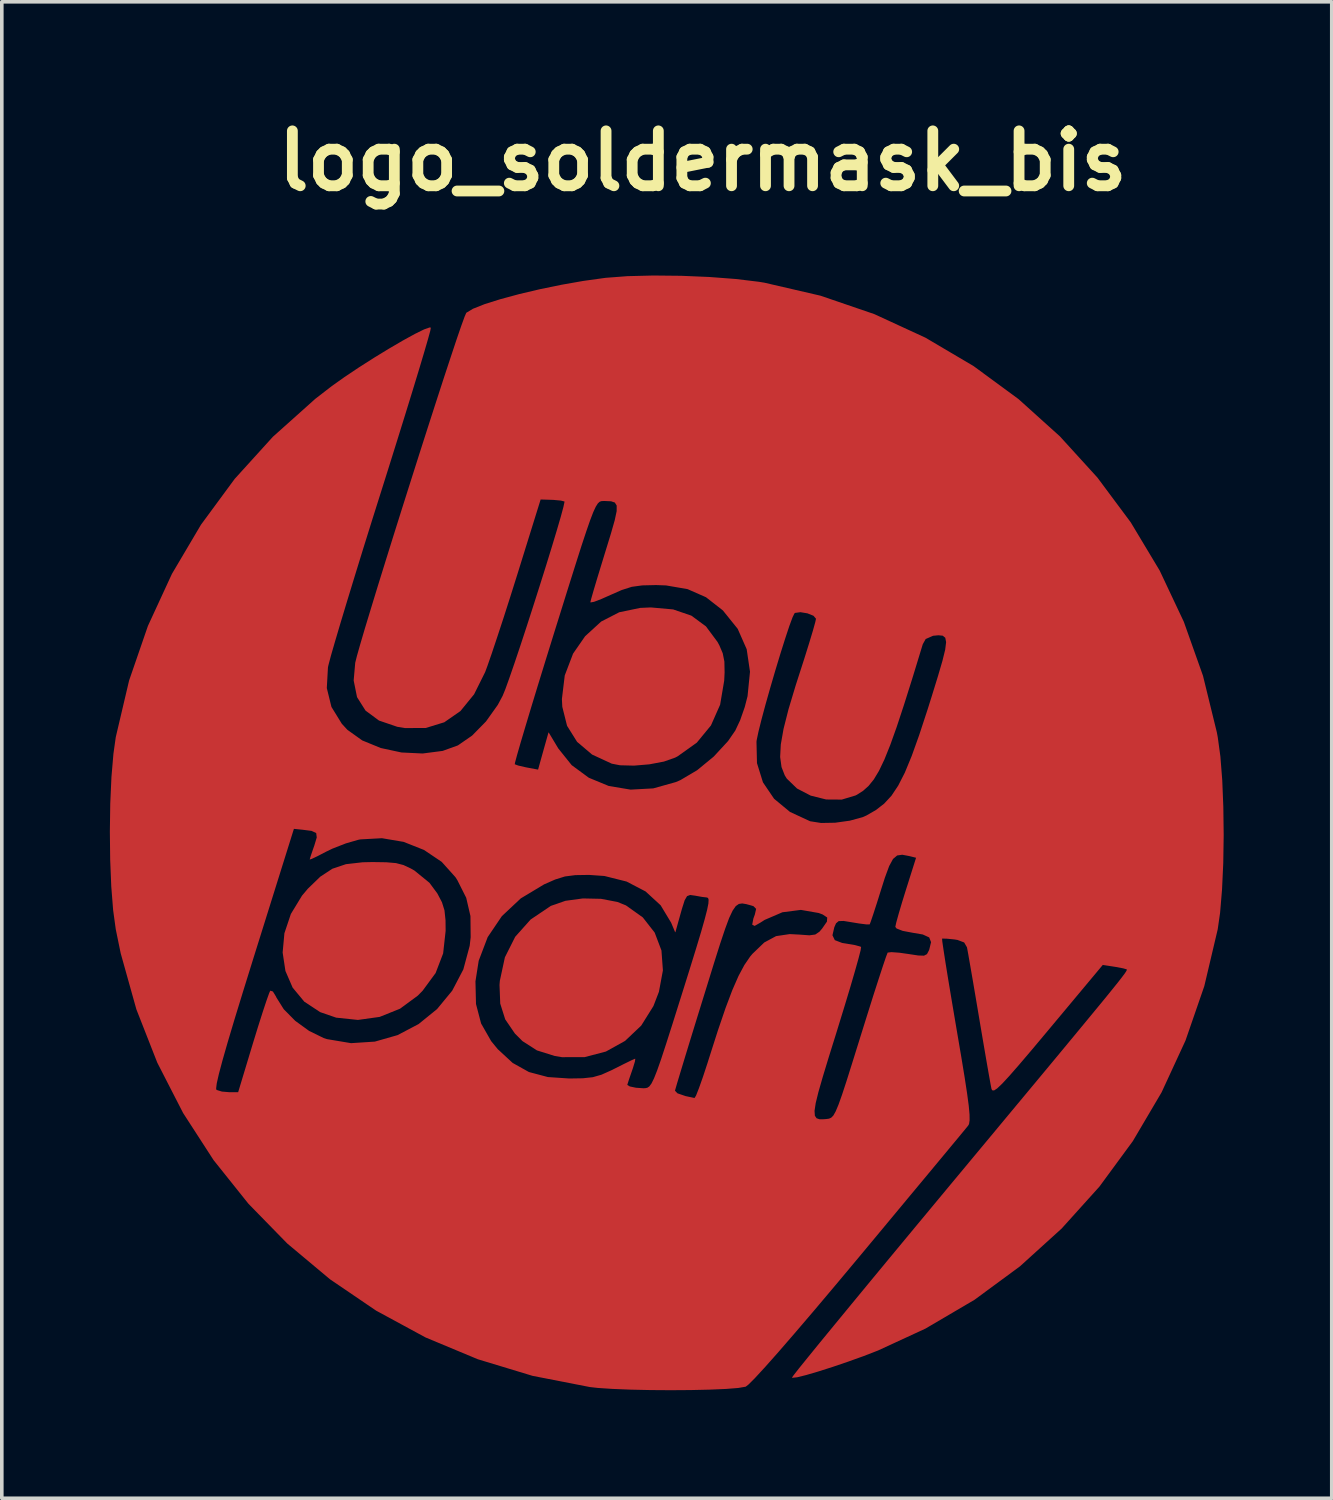
<source format=kicad_pcb>
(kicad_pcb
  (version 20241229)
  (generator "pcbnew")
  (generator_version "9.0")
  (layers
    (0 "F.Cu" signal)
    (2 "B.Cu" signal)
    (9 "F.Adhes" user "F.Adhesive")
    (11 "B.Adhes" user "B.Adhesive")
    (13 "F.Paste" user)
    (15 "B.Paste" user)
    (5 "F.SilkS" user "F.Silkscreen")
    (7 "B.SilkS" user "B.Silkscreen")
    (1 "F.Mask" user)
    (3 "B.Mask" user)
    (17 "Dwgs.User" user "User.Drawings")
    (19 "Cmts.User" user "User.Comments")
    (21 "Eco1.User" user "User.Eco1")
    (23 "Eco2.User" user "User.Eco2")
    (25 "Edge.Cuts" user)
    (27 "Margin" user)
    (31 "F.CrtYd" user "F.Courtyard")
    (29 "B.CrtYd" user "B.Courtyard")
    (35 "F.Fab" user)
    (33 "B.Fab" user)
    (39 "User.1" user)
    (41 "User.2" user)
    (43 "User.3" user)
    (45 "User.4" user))
  (footprint "logo_soldermask_bis"
    (layer "F.Cu")
    (at 12.261 32.318)
    (property "Reference" "logo_soldermask_bis" (at 4.2 -30.9 0) (layer "F.SilkS") (effects (font (size 1.524 1.524) (thickness 0.3))))
    (attr through_hole)
    (fp_poly (pts (xy 1.375 -10.409) (xy 1.83 -10.322) (xy 2.065 -10.227) (xy 2.532 -9.894) (xy 2.861 -9.473) (xy 3.048 -8.979) (xy 3.088 -8.427) (xy 2.978 -7.835) (xy 2.825 -7.438) (xy 2.487 -6.898) (xy 2.04 -6.474) (xy 1.509 -6.179) (xy 0.918 -6.024) (xy 0.291 -6.023) (xy 0.095 -6.055) (xy -0.403 -6.211) (xy -0.803 -6.468) (xy -1.012 -6.677) (xy -1.28 -7.069) (xy -1.418 -7.505) (xy -1.438 -8.024) (xy -1.429 -8.137) (xy -1.289 -8.789) (xy -1.003 -9.358) (xy -0.576 -9.836) (xy -0.017 -10.213) (xy 0.388 -10.354) (xy 0.873 -10.42) (xy 1.375 -10.409)) (stroke (width 0.01) (type solid)) (fill yes) (layer "F.Mask"))
    (fp_poly (pts (xy 3.376 -18.444) (xy 3.88 -18.272) (xy 4.284 -17.975) (xy 4.605 -17.543) (xy 4.657 -17.447) (xy 4.749 -17.23) (xy 4.795 -17.001) (xy 4.801 -16.7) (xy 4.79 -16.473) (xy 4.677 -15.805) (xy 4.423 -15.231) (xy 4.031 -14.754) (xy 3.503 -14.377) (xy 3.431 -14.339) (xy 3.119 -14.229) (xy 2.717 -14.153) (xy 2.289 -14.117) (xy 1.903 -14.127) (xy 1.675 -14.171) (xy 1.129 -14.424) (xy 0.714 -14.776) (xy 0.437 -15.219) (xy 0.305 -15.745) (xy 0.294 -15.96) (xy 0.373 -16.615) (xy 0.604 -17.22) (xy 0.937 -17.701) (xy 1.382 -18.108) (xy 1.882 -18.365) (xy 2.463 -18.486) (xy 2.758 -18.499) (xy 3.376 -18.444)) (stroke (width 0.01) (type solid)) (fill yes) (layer "F.Mask"))
    (fp_poly (pts (xy -4.587 -11.424) (xy -4.318 -11.401) (xy -4.11 -11.347) (xy -3.91 -11.253) (xy -3.808 -11.195) (xy -3.391 -10.855) (xy -3.173 -10.56) (xy -3.046 -10.318) (xy -2.976 -10.094) (xy -2.947 -9.82) (xy -2.944 -9.525) (xy -3.013 -8.9) (xy -3.221 -8.357) (xy -3.58 -7.868) (xy -3.714 -7.731) (xy -4.207 -7.368) (xy -4.772 -7.141) (xy -5.374 -7.057) (xy -5.977 -7.12) (xy -6.42 -7.273) (xy -6.86 -7.563) (xy -7.182 -7.951) (xy -7.382 -8.413) (xy -7.459 -8.923) (xy -7.41 -9.458) (xy -7.231 -9.992) (xy -6.922 -10.5) (xy -6.762 -10.69) (xy -6.416 -11.025) (xy -6.081 -11.245) (xy -5.706 -11.371) (xy -5.242 -11.424) (xy -4.97 -11.43) (xy -4.587 -11.424)) (stroke (width 0.01) (type solid)) (fill yes) (layer "F.Mask"))
    (fp_poly (pts (xy 3.602 -27.706) (xy 4.385 -27.673) (xy 5.12 -27.617) (xy 5.756 -27.54) (xy 5.909 -27.515) (xy 7.467 -27.154) (xy 8.96 -26.643) (xy 10.379 -25.989) (xy 11.716 -25.2) (xy 12.962 -24.285) (xy 14.11 -23.251) (xy 15.151 -22.108) (xy 16.077 -20.864) (xy 16.88 -19.526) (xy 17.551 -18.103) (xy 18.083 -16.604) (xy 18.467 -15.036) (xy 18.492 -14.902) (xy 18.565 -14.367) (xy 18.617 -13.708) (xy 18.647 -12.966) (xy 18.657 -12.184) (xy 18.645 -11.405) (xy 18.611 -10.672) (xy 18.557 -10.026) (xy 18.491 -9.568) (xy 18.119 -7.992) (xy 17.597 -6.481) (xy 16.933 -5.043) (xy 16.134 -3.688) (xy 15.207 -2.426) (xy 14.161 -1.265) (xy 13.003 -0.215) (xy 11.741 0.714) (xy 10.381 1.513) (xy 9.064 2.121) (xy 8.669 2.274) (xy 8.241 2.428) (xy 7.812 2.574) (xy 7.411 2.702) (xy 7.071 2.802) (xy 6.82 2.864) (xy 6.692 2.878) (xy 6.683 2.875) (xy 6.732 2.807) (xy 6.88 2.618) (xy 7.122 2.319) (xy 7.448 1.918) (xy 7.852 1.426) (xy 8.325 0.851) (xy 8.859 0.203) (xy 9.447 -0.508) (xy 10.08 -1.272) (xy 10.752 -2.081) (xy 11.213 -2.636) (xy 12.044 -3.635) (xy 12.773 -4.512) (xy 13.408 -5.275) (xy 13.953 -5.931) (xy 14.416 -6.49) (xy 14.804 -6.959) (xy 15.123 -7.346) (xy 15.38 -7.658) (xy 15.58 -7.905) (xy 15.732 -8.094) (xy 15.84 -8.233) (xy 15.913 -8.33) (xy 15.956 -8.394) (xy 15.975 -8.431) (xy 15.979 -8.451) (xy 15.972 -8.46) (xy 15.877 -8.488) (xy 15.679 -8.526) (xy 15.622 -8.535) (xy 15.303 -8.584) (xy 13.784 -6.765) (xy 13.333 -6.227) (xy 12.978 -5.81) (xy 12.707 -5.5) (xy 12.509 -5.286) (xy 12.372 -5.156) (xy 12.286 -5.099) (xy 12.238 -5.103) (xy 12.22 -5.14) (xy 12.193 -5.279) (xy 12.143 -5.558) (xy 12.075 -5.948) (xy 11.994 -6.421) (xy 11.904 -6.95) (xy 11.877 -7.112) (xy 11.786 -7.651) (xy 11.703 -8.141) (xy 11.631 -8.556) (xy 11.577 -8.867) (xy 11.544 -9.047) (xy 11.539 -9.071) (xy 11.46 -9.207) (xy 11.271 -9.278) (xy 11.181 -9.292) (xy 10.97 -9.313) (xy 10.847 -9.315) (xy 10.838 -9.312) (xy 10.845 -9.227) (xy 10.879 -8.996) (xy 10.934 -8.639) (xy 11.009 -8.176) (xy 11.1 -7.63) (xy 11.203 -7.019) (xy 11.244 -6.777) (xy 11.369 -6.043) (xy 11.465 -5.459) (xy 11.534 -5.006) (xy 11.579 -4.668) (xy 11.601 -4.426) (xy 11.603 -4.265) (xy 11.588 -4.165) (xy 11.565 -4.122) (xy 11.491 -4.032) (xy 11.32 -3.824) (xy 11.06 -3.511) (xy 10.723 -3.105) (xy 10.32 -2.62) (xy 9.859 -2.066) (xy 9.353 -1.457) (xy 8.811 -0.805) (xy 8.522 -0.458) (xy 7.866 0.326) (xy 7.273 1.029) (xy 6.748 1.643) (xy 6.299 2.162) (xy 5.932 2.576) (xy 5.652 2.88) (xy 5.467 3.066) (xy 5.389 3.126) (xy 5.184 3.161) (xy 4.841 3.188) (xy 4.393 3.207) (xy 3.872 3.219) (xy 3.309 3.223) (xy 2.737 3.219) (xy 2.188 3.207) (xy 1.693 3.187) (xy 1.285 3.16) (xy 1.064 3.135) (xy -0.523 2.825) (xy -2.046 2.363) (xy -3.496 1.758) (xy -4.866 1.015) (xy -6.147 0.144) (xy -7.331 -0.847) (xy -8.41 -1.952) (xy -9.377 -3.162) (xy -10.223 -4.47) (xy -10.252 -4.527) (xy 7.298 -4.527) (xy 7.307 -4.391) (xy 7.356 -4.318) (xy 7.442 -4.289) (xy 7.563 -4.29) (xy 7.634 -4.296) (xy 7.706 -4.306) (xy 7.769 -4.334) (xy 7.83 -4.396) (xy 7.895 -4.512) (xy 7.973 -4.698) (xy 8.071 -4.973) (xy 8.196 -5.354) (xy 8.355 -5.859) (xy 8.557 -6.506) (xy 8.584 -6.594) (xy 8.769 -7.185) (xy 8.938 -7.723) (xy 9.087 -8.185) (xy 9.207 -8.552) (xy 9.292 -8.802) (xy 9.335 -8.914) (xy 9.337 -8.917) (xy 9.439 -8.929) (xy 9.657 -8.913) (xy 9.898 -8.879) (xy 10.182 -8.836) (xy 10.343 -8.831) (xy 10.428 -8.875) (xy 10.481 -8.976) (xy 10.493 -9.005) (xy 10.543 -9.212) (xy 10.49 -9.346) (xy 10.309 -9.429) (xy 10.022 -9.478) (xy 9.752 -9.529) (xy 9.585 -9.594) (xy 9.551 -9.637) (xy 9.576 -9.754) (xy 9.643 -9.996) (xy 9.74 -10.324) (xy 9.84 -10.647) (xy 10.128 -11.558) (xy 9.93 -11.607) (xy 9.739 -11.643) (xy 9.595 -11.623) (xy 9.478 -11.524) (xy 9.37 -11.325) (xy 9.251 -11.002) (xy 9.145 -10.668) (xy 9.029 -10.298) (xy 8.93 -9.993) (xy 8.86 -9.786) (xy 8.831 -9.71) (xy 8.741 -9.709) (xy 8.537 -9.735) (xy 8.367 -9.763) (xy 8.11 -9.805) (xy 7.97 -9.8) (xy 7.895 -9.736) (xy 7.847 -9.627) (xy 7.795 -9.402) (xy 7.862 -9.263) (xy 8.069 -9.184) (xy 8.195 -9.164) (xy 8.424 -9.125) (xy 8.57 -9.085) (xy 8.59 -9.074) (xy 8.577 -8.985) (xy 8.518 -8.756) (xy 8.42 -8.407) (xy 8.289 -7.958) (xy 8.13 -7.431) (xy 7.95 -6.846) (xy 7.911 -6.719) (xy 7.694 -6.024) (xy 7.527 -5.474) (xy 7.406 -5.052) (xy 7.33 -4.742) (xy 7.298 -4.527) (xy -10.252 -4.527) (xy -10.571 -5.148) (xy -9.316 -5.148) (xy -9.305 -5.105) (xy -9.151 -5.058) (xy -8.95 -5.041) (xy -8.696 -5.04) (xy -8.682 -5.085) (xy 3.423 -5.085) (xy 3.495 -5.01) (xy 3.723 -4.932) (xy 3.974 -4.879) (xy 4.018 -4.951) (xy 4.099 -5.157) (xy 4.209 -5.467) (xy 4.336 -5.853) (xy 4.379 -5.99) (xy 4.625 -6.759) (xy 4.838 -7.383) (xy 5.026 -7.881) (xy 5.197 -8.271) (xy 5.359 -8.574) (xy 5.519 -8.808) (xy 5.581 -8.882) (xy 5.91 -9.198) (xy 6.237 -9.374) (xy 6.615 -9.43) (xy 6.885 -9.416) (xy 7.159 -9.396) (xy 7.325 -9.418) (xy 7.442 -9.497) (xy 7.517 -9.585) (xy 7.652 -9.78) (xy 7.66 -9.898) (xy 7.532 -9.983) (xy 7.421 -10.025) (xy 6.924 -10.112) (xy 6.41 -10.046) (xy 5.915 -9.833) (xy 5.803 -9.761) (xy 5.64 -9.668) (xy 5.578 -9.699) (xy 5.609 -9.863) (xy 5.65 -9.977) (xy 5.687 -10.137) (xy 5.611 -10.214) (xy 5.544 -10.235) (xy 5.408 -10.272) (xy 5.296 -10.291) (xy 5.2 -10.277) (xy 5.112 -10.215) (xy 5.024 -10.088) (xy 4.927 -9.882) (xy 4.815 -9.58) (xy 4.677 -9.168) (xy 4.507 -8.631) (xy 4.297 -7.951) (xy 4.227 -7.726) (xy 4.032 -7.096) (xy 3.854 -6.518) (xy 3.699 -6.011) (xy 3.573 -5.595) (xy 3.481 -5.29) (xy 3.431 -5.117) (xy 3.423 -5.085) (xy -8.682 -5.085) (xy -8.28 -6.415) (xy -8.139 -6.873) (xy -8.011 -7.275) (xy -7.906 -7.592) (xy -7.833 -7.796) (xy -7.805 -7.858) (xy -7.738 -7.837) (xy -7.652 -7.697) (xy -7.641 -7.671) (xy -7.437 -7.346) (xy -7.118 -7.023) (xy -6.732 -6.743) (xy -6.328 -6.545) (xy -6.234 -6.514) (xy -5.565 -6.402) (xy -4.903 -6.445) (xy -4.27 -6.626) (xy -3.687 -6.933) (xy -3.174 -7.349) (xy -2.753 -7.86) (xy -2.615 -8.123) (xy -2.116 -8.123) (xy -2.101 -7.493) (xy -1.959 -6.951) (xy -1.679 -6.461) (xy -1.496 -6.237) (xy -1.081 -5.854) (xy -0.629 -5.601) (xy -0.101 -5.461) (xy 0.491 -5.421) (xy 0.87 -5.427) (xy 1.147 -5.457) (xy 1.388 -5.526) (xy 1.661 -5.648) (xy 1.753 -5.694) (xy 2.022 -5.829) (xy 2.223 -5.927) (xy 2.319 -5.969) (xy 2.321 -5.969) (xy 2.311 -5.898) (xy 2.257 -5.719) (xy 2.223 -5.62) (xy 2.148 -5.403) (xy 2.104 -5.265) (xy 2.099 -5.245) (xy 2.173 -5.2) (xy 2.346 -5.164) (xy 2.551 -5.15) (xy 2.602 -5.152) (xy 2.662 -5.164) (xy 2.719 -5.202) (xy 2.78 -5.284) (xy 2.85 -5.426) (xy 2.937 -5.645) (xy 3.047 -5.958) (xy 3.186 -6.382) (xy 3.362 -6.933) (xy 3.581 -7.629) (xy 3.592 -7.663) (xy 3.827 -8.413) (xy 4.014 -9.017) (xy 4.157 -9.491) (xy 4.259 -9.85) (xy 4.326 -10.109) (xy 4.361 -10.284) (xy 4.367 -10.39) (xy 4.35 -10.442) (xy 4.312 -10.457) (xy 4.311 -10.457) (xy 4.181 -10.472) (xy 3.986 -10.507) (xy 3.849 -10.526) (xy 3.76 -10.493) (xy 3.692 -10.375) (xy 3.617 -10.138) (xy 3.585 -10.025) (xy 3.436 -9.492) (xy 3.326 -9.754) (xy 3.034 -10.238) (xy 2.615 -10.623) (xy 2.088 -10.898) (xy 1.471 -11.053) (xy 1.041 -11.083) (xy 0.661 -11.077) (xy 0.373 -11.04) (xy 0.1 -10.955) (xy -0.207 -10.82) (xy -0.856 -10.43) (xy -1.382 -9.936) (xy -1.776 -9.353) (xy -2.026 -8.696) (xy -2.116 -8.123) (xy -2.615 -8.123) (xy -2.443 -8.452) (xy -2.266 -9.109) (xy -2.239 -9.348) (xy -2.245 -9.936) (xy -2.363 -10.445) (xy -2.609 -10.934) (xy -2.664 -11.02) (xy -3.045 -11.444) (xy -3.537 -11.775) (xy -4.104 -12) (xy -4.707 -12.102) (xy -5.308 -12.069) (xy -5.364 -12.058) (xy -5.71 -11.958) (xy -6.086 -11.811) (xy -6.261 -11.726) (xy -6.496 -11.604) (xy -6.657 -11.528) (xy -6.706 -11.512) (xy -6.681 -11.599) (xy -6.616 -11.79) (xy -6.581 -11.889) (xy -6.512 -12.118) (xy -6.528 -12.244) (xy -6.659 -12.305) (xy -6.91 -12.337) (xy -7.155 -12.362) (xy -8.281 -8.765) (xy -8.57 -7.835) (xy -8.809 -7.056) (xy -8.998 -6.422) (xy -9.141 -5.922) (xy -9.24 -5.549) (xy -9.298 -5.293) (xy -9.316 -5.148) (xy -10.571 -5.148) (xy -10.94 -5.868) (xy -11.52 -7.347) (xy -11.955 -8.902) (xy -12.092 -9.568) (xy -12.165 -10.101) (xy -12.217 -10.759) (xy -12.247 -11.5) (xy -12.256 -12.281) (xy -12.245 -13.06) (xy -12.212 -13.794) (xy -12.182 -14.147) (xy -1.026 -14.147) (xy -0.927 -14.11) (xy -0.729 -14.064) (xy -0.68 -14.054) (xy -0.369 -13.996) (xy -0.225 -14.512) (xy -0.08 -15.027) (xy 0.184 -14.587) (xy 0.557 -14.122) (xy 1.034 -13.771) (xy 1.589 -13.542) (xy 2.195 -13.441) (xy 2.825 -13.475) (xy 3.454 -13.651) (xy 3.582 -13.706) (xy 4.047 -13.981) (xy 4.509 -14.361) (xy 4.891 -14.775) (xy 5.686 -14.775) (xy 5.7 -14.18) (xy 5.866 -13.646) (xy 6.176 -13.189) (xy 6.619 -12.822) (xy 7.179 -12.563) (xy 7.484 -12.515) (xy 7.876 -12.522) (xy 8.284 -12.579) (xy 8.639 -12.676) (xy 8.748 -12.724) (xy 9.011 -12.876) (xy 9.238 -13.052) (xy 9.441 -13.271) (xy 9.629 -13.553) (xy 9.814 -13.915) (xy 10.005 -14.378) (xy 10.213 -14.959) (xy 10.449 -15.678) (xy 10.551 -16.002) (xy 10.73 -16.581) (xy 10.858 -17.018) (xy 10.935 -17.331) (xy 10.961 -17.541) (xy 10.937 -17.665) (xy 10.864 -17.724) (xy 10.741 -17.736) (xy 10.592 -17.722) (xy 10.385 -17.631) (xy 10.303 -17.484) (xy 10.026 -16.577) (xy 9.787 -15.818) (xy 9.581 -15.193) (xy 9.4 -14.687) (xy 9.238 -14.284) (xy 9.088 -13.97) (xy 8.944 -13.731) (xy 8.798 -13.551) (xy 8.646 -13.415) (xy 8.479 -13.309) (xy 8.441 -13.289) (xy 8.058 -13.174) (xy 7.627 -13.177) (xy 7.198 -13.284) (xy 6.819 -13.481) (xy 6.536 -13.755) (xy 6.481 -13.843) (xy 6.391 -14.074) (xy 6.353 -14.353) (xy 6.371 -14.698) (xy 6.447 -15.131) (xy 6.584 -15.672) (xy 6.785 -16.341) (xy 6.873 -16.614) (xy 7.026 -17.089) (xy 7.158 -17.512) (xy 7.262 -17.857) (xy 7.328 -18.094) (xy 7.349 -18.192) (xy 7.276 -18.277) (xy 7.106 -18.345) (xy 6.911 -18.377) (xy 6.762 -18.357) (xy 6.742 -18.343) (xy 6.688 -18.232) (xy 6.598 -17.989) (xy 6.483 -17.641) (xy 6.35 -17.22) (xy 6.209 -16.755) (xy 6.069 -16.276) (xy 5.938 -15.813) (xy 5.826 -15.396) (xy 5.741 -15.055) (xy 5.692 -14.821) (xy 5.686 -14.775) (xy 4.891 -14.775) (xy 4.906 -14.791) (xy 5.107 -15.083) (xy 5.242 -15.37) (xy 5.37 -15.736) (xy 5.448 -16.039) (xy 5.516 -16.72) (xy 5.424 -17.345) (xy 5.174 -17.912) (xy 4.766 -18.419) (xy 4.752 -18.432) (xy 4.291 -18.792) (xy 3.779 -19.017) (xy 3.182 -19.12) (xy 2.904 -19.13) (xy 2.52 -19.121) (xy 2.227 -19.081) (xy 1.948 -18.992) (xy 1.655 -18.863) (xy 1.382 -18.742) (xy 1.181 -18.665) (xy 1.087 -18.648) (xy 1.085 -18.653) (xy 1.109 -18.749) (xy 1.175 -18.98) (xy 1.275 -19.315) (xy 1.401 -19.727) (xy 1.497 -20.04) (xy 1.654 -20.551) (xy 1.76 -20.922) (xy 1.814 -21.176) (xy 1.815 -21.334) (xy 1.762 -21.42) (xy 1.655 -21.456) (xy 1.492 -21.463) (xy 1.436 -21.463) (xy 1.382 -21.46) (xy 1.332 -21.441) (xy 1.281 -21.392) (xy 1.224 -21.301) (xy 1.155 -21.152) (xy 1.07 -20.931) (xy 0.964 -20.626) (xy 0.83 -20.222) (xy 0.665 -19.704) (xy 0.462 -19.06) (xy 0.217 -18.275) (xy 0.075 -17.821) (xy -0.158 -17.071) (xy -0.374 -16.37) (xy -0.567 -15.737) (xy -0.732 -15.188) (xy -0.866 -14.737) (xy -0.962 -14.403) (xy -1.016 -14.202) (xy -1.026 -14.147) (xy -12.182 -14.147) (xy -12.157 -14.44) (xy -12.092 -14.902) (xy -11.722 -16.474) (xy -11.2 -17.988) (xy -10.533 -19.434) (xy -9.727 -20.798) (xy -8.791 -22.07) (xy -7.732 -23.238) (xy -6.556 -24.29) (xy -6.093 -24.648) (xy -5.745 -24.895) (xy -5.349 -25.16) (xy -4.931 -25.427) (xy -4.515 -25.681) (xy -4.127 -25.908) (xy -3.792 -26.092) (xy -3.536 -26.218) (xy -3.383 -26.272) (xy -3.355 -26.268) (xy -3.371 -26.182) (xy -3.435 -25.949) (xy -3.541 -25.584) (xy -3.685 -25.102) (xy -3.863 -24.518) (xy -4.07 -23.846) (xy -4.302 -23.101) (xy -4.553 -22.299) (xy -4.713 -21.791) (xy -4.981 -20.942) (xy -5.235 -20.128) (xy -5.47 -19.365) (xy -5.682 -18.671) (xy -5.866 -18.061) (xy -6.016 -17.554) (xy -6.128 -17.166) (xy -6.195 -16.913) (xy -6.211 -16.843) (xy -6.243 -16.265) (xy -6.114 -15.74) (xy -5.825 -15.271) (xy -5.669 -15.102) (xy -5.258 -14.808) (xy -4.741 -14.596) (xy -4.165 -14.472) (xy -3.576 -14.444) (xy -3.021 -14.516) (xy -2.596 -14.669) (xy -2.2 -14.943) (xy -1.815 -15.335) (xy -1.486 -15.797) (xy -1.352 -16.048) (xy -1.277 -16.231) (xy -1.167 -16.537) (xy -1.027 -16.942) (xy -0.865 -17.424) (xy -0.689 -17.96) (xy -0.506 -18.527) (xy -0.323 -19.102) (xy -0.147 -19.661) (xy 0.014 -20.183) (xy 0.153 -20.645) (xy 0.263 -21.022) (xy 0.336 -21.293) (xy 0.366 -21.434) (xy 0.364 -21.449) (xy 0.263 -21.475) (xy 0.061 -21.494) (xy 0.011 -21.496) (xy -0.305 -21.506) (xy -0.954 -19.419) (xy -1.145 -18.813) (xy -1.333 -18.225) (xy -1.51 -17.686) (xy -1.664 -17.225) (xy -1.786 -16.874) (xy -1.847 -16.71) (xy -2.153 -16.095) (xy -2.531 -15.631) (xy -2.979 -15.32) (xy -3.493 -15.162) (xy -4.071 -15.16) (xy -4.281 -15.195) (xy -4.787 -15.368) (xy -5.159 -15.643) (xy -5.394 -16.015) (xy -5.487 -16.476) (xy -5.444 -16.968) (xy -5.397 -17.155) (xy -5.306 -17.477) (xy -5.177 -17.915) (xy -5.014 -18.452) (xy -4.825 -19.071) (xy -4.613 -19.754) (xy -4.385 -20.485) (xy -4.146 -21.245) (xy -3.901 -22.018) (xy -3.657 -22.786) (xy -3.418 -23.532) (xy -3.19 -24.239) (xy -2.979 -24.889) (xy -2.789 -25.465) (xy -2.628 -25.949) (xy -2.499 -26.324) (xy -2.408 -26.574) (xy -2.362 -26.68) (xy -2.361 -26.681) (xy -2.177 -26.792) (xy -1.854 -26.92) (xy -1.418 -27.057) (xy -0.9 -27.197) (xy -0.325 -27.333) (xy 0.277 -27.457) (xy 0.879 -27.563) (xy 1.453 -27.643) (xy 1.505 -27.65) (xy 2.109 -27.696) (xy 2.826 -27.714) (xy 3.602 -27.706)) (stroke (width 0.01) (type solid)) (fill yes) (layer "F.Mask"))
    (pad "1" smd custom (at 6.4 -21.35) (size 2 2) (layers "F.Cu") (options (anchor circle)) (primitives (gr_poly (pts (xy -2.798 -6.356) (xy -2.015 -6.323) (xy -1.28 -6.267) (xy -0.644 -6.19) (xy -0.491 -6.165) (xy 1.067 -5.804) (xy 2.56 -5.293) (xy 3.979 -4.639) (xy 5.316 -3.85) (xy 6.562 -2.935) (xy 7.71 -1.901) (xy 8.751 -0.758) (xy 9.677 0.486) (xy 10.48 1.824) (xy 11.151 3.247) (xy 11.683 4.746) (xy 12.067 6.314) (xy 12.092 6.448) (xy 12.165 6.983) (xy 12.217 7.642) (xy 12.247 8.384) (xy 12.257 9.166) (xy 12.245 9.945) (xy 12.211 10.678) (xy 12.157 11.324) (xy 12.091 11.782) (xy 11.719 13.358) (xy 11.197 14.869) (xy 10.533 16.307) (xy 9.734 17.662) (xy 8.807 18.924) (xy 7.761 20.085) (xy 6.603 21.135) (xy 5.341 22.064) (xy 3.981 22.863) (xy 2.664 23.471) (xy 2.269 23.624) (xy 1.841 23.778) (xy 1.412 23.924) (xy 1.011 24.052) (xy 0.671 24.152) (xy 0.42 24.214) (xy 0.292 24.228) (xy 0.283 24.225) (xy 0.332 24.157) (xy 0.48 23.968) (xy 0.722 23.669) (xy 1.048 23.268) (xy 1.452 22.776) (xy 1.925 22.201) (xy 2.459 21.553) (xy 3.047 20.842) (xy 3.68 20.078) (xy 4.352 19.269) (xy 4.813 18.714) (xy 5.644 17.715) (xy 6.373 16.838) (xy 7.008 16.075) (xy 7.553 15.419) (xy 8.016 14.86) (xy 8.404 14.391) (xy 8.723 14.004) (xy 8.98 13.692) (xy 9.18 13.445) (xy 9.332 13.256) (xy 9.44 13.117) (xy 9.513 13.02) (xy 9.556 12.956) (xy 9.575 12.919) (xy 9.579 12.899) (xy 9.572 12.89) (xy 9.477 12.862) (xy 9.279 12.824) (xy 9.222 12.815) (xy 8.903 12.766) (xy 7.384 14.585) (xy 6.933 15.123) (xy 6.578 15.54) (xy 6.307 15.85) (xy 6.109 16.064) (xy 5.972 16.194) (xy 5.886 16.251) (xy 5.838 16.247) (xy 5.82 16.21) (xy 5.793 16.071) (xy 5.743 15.792) (xy 5.675 15.402) (xy 5.594 14.929) (xy 5.504 14.4) (xy 5.477 14.238) (xy 5.386 13.699) (xy 5.303 13.209) (xy 5.231 12.794) (xy 5.177 12.483) (xy 5.144 12.303) (xy 5.139 12.279) (xy 5.06 12.143) (xy 4.871 12.072) (xy 4.781 12.058) (xy 4.57 12.037) (xy 4.447 12.035) (xy 4.438 12.038) (xy 4.445 12.123) (xy 4.479 12.354) (xy 4.534 12.711) (xy 4.609 13.174) (xy 4.7 13.72) (xy 4.803 14.331) (xy 4.844 14.573) (xy 4.969 15.307) (xy 5.065 15.891) (xy 5.134 16.344) (xy 5.179 16.682) (xy 5.201 16.924) (xy 5.203 17.085) (xy 5.188 17.185) (xy 5.165 17.228) (xy 5.091 17.318) (xy 4.92 17.526) (xy 4.66 17.839) (xy 4.323 18.245) (xy 3.92 18.73) (xy 3.459 19.284) (xy 2.953 19.893) (xy 2.411 20.545) (xy 2.122 20.892) (xy 1.466 21.676) (xy 0.873 22.379) (xy 0.348 22.993) (xy -0.101 23.512) (xy -0.468 23.926) (xy -0.748 24.23) (xy -0.933 24.416) (xy -1.011 24.476) (xy -1.216 24.511) (xy -1.559 24.538) (xy -2.007 24.557) (xy -2.528 24.569) (xy -3.091 24.573) (xy -3.663 24.569) (xy -4.212 24.557) (xy -4.707 24.537) (xy -5.115 24.51) (xy -5.336 24.485) (xy -6.923 24.175) (xy -8.446 23.713) (xy -9.896 23.108) (xy -11.266 22.365) (xy -12.547 21.494) (xy -13.731 20.503) (xy -14.81 19.398) (xy -15.777 18.188) (xy -16.623 16.88) (xy -16.652 16.823) (xy 0.898 16.823) (xy 0.907 16.959) (xy 0.956 17.032) (xy 1.042 17.061) (xy 1.163 17.06) (xy 1.234 17.054) (xy 1.306 17.044) (xy 1.369 17.016) (xy 1.43 16.954) (xy 1.495 16.838) (xy 1.573 16.652) (xy 1.671 16.377) (xy 1.796 15.996) (xy 1.955 15.491) (xy 2.157 14.844) (xy 2.184 14.756) (xy 2.369 14.165) (xy 2.538 13.627) (xy 2.687 13.165) (xy 2.807 12.798) (xy 2.892 12.548) (xy 2.935 12.436) (xy 2.937 12.433) (xy 3.039 12.421) (xy 3.257 12.437) (xy 3.498 12.471) (xy 3.782 12.514) (xy 3.943 12.519) (xy 4.028 12.475) (xy 4.081 12.374) (xy 4.093 12.345) (xy 4.143 12.138) (xy 4.09 12.004) (xy 3.909 11.921) (xy 3.622 11.872) (xy 3.352 11.821) (xy 3.185 11.756) (xy 3.151 11.713) (xy 3.176 11.596) (xy 3.243 11.354) (xy 3.34 11.026) (xy 3.44 10.703) (xy 3.728 9.792) (xy 3.53 9.743) (xy 3.339 9.707) (xy 3.195 9.727) (xy 3.078 9.826) (xy 2.97 10.025) (xy 2.851 10.348) (xy 2.745 10.682) (xy 2.629 11.052) (xy 2.53 11.357) (xy 2.46 11.564) (xy 2.431 11.64) (xy 2.341 11.641) (xy 2.137 11.615) (xy 1.967 11.587) (xy 1.71 11.545) (xy 1.57 11.55) (xy 1.495 11.614) (xy 1.447 11.723) (xy 1.395 11.948) (xy 1.462 12.087) (xy 1.669 12.166) (xy 1.795 12.186) (xy 2.024 12.225) (xy 2.17 12.265) (xy 2.19 12.276) (xy 2.177 12.365) (xy 2.118 12.594) (xy 2.02 12.943) (xy 1.889 13.392) (xy 1.73 13.919) (xy 1.55 14.504) (xy 1.511 14.631) (xy 1.294 15.326) (xy 1.127 15.876) (xy 1.006 16.298) (xy 0.93 16.608) (xy 0.898 16.823) (xy -16.652 16.823) (xy -16.971 16.202) (xy -15.716 16.202) (xy -15.705 16.245) (xy -15.551 16.292) (xy -15.35 16.309) (xy -15.096 16.31) (xy -15.082 16.265) (xy -2.977 16.265) (xy -2.905 16.34) (xy -2.677 16.418) (xy -2.426 16.471) (xy -2.382 16.399) (xy -2.301 16.193) (xy -2.191 15.883) (xy -2.064 15.497) (xy -2.021 15.36) (xy -1.775 14.591) (xy -1.562 13.967) (xy -1.374 13.469) (xy -1.203 13.079) (xy -1.041 12.776) (xy -0.881 12.542) (xy -0.819 12.468) (xy -0.49 12.152) (xy -0.163 11.976) (xy 0.215 11.92) (xy 0.485 11.934) (xy 0.759 11.954) (xy 0.925 11.932) (xy 1.042 11.853) (xy 1.117 11.765) (xy 1.252 11.57) (xy 1.26 11.452) (xy 1.132 11.367) (xy 1.021 11.325) (xy 0.524 11.238) (xy 0.01 11.304) (xy -0.485 11.517) (xy -0.597 11.589) (xy -0.76 11.682) (xy -0.822 11.651) (xy -0.791 11.487) (xy -0.75 11.373) (xy -0.713 11.213) (xy -0.789 11.136) (xy -0.856 11.115) (xy -0.992 11.078) (xy -1.104 11.059) (xy -1.2 11.073) (xy -1.288 11.135) (xy -1.376 11.262) (xy -1.473 11.468) (xy -1.585 11.77) (xy -1.723 12.182) (xy -1.893 12.719) (xy -2.103 13.399) (xy -2.173 13.624) (xy -2.368 14.254) (xy -2.546 14.832) (xy -2.701 15.339) (xy -2.827 15.755) (xy -2.919 16.06) (xy -2.969 16.233) (xy -2.977 16.265) (xy -15.082 16.265) (xy -14.68 14.935) (xy -14.539 14.477) (xy -14.411 14.075) (xy -14.306 13.758) (xy -14.233 13.554) (xy -14.205 13.492) (xy -14.138 13.513) (xy -14.052 13.653) (xy -14.041 13.679) (xy -13.837 14.004) (xy -13.518 14.327) (xy -13.132 14.607) (xy -12.728 14.805) (xy -12.634 14.836) (xy -11.965 14.948) (xy -11.303 14.905) (xy -10.67 14.724) (xy -10.087 14.417) (xy -9.574 14.001) (xy -9.153 13.49) (xy -9.015 13.227) (xy -8.516 13.227) (xy -8.501 13.857) (xy -8.359 14.399) (xy -8.079 14.889) (xy -7.896 15.113) (xy -7.481 15.496) (xy -7.029 15.749) (xy -6.501 15.889) (xy -5.909 15.929) (xy -5.53 15.923) (xy -5.253 15.893) (xy -5.012 15.824) (xy -4.739 15.702) (xy -4.647 15.656) (xy -4.378 15.521) (xy -4.177 15.423) (xy -4.081 15.381) (xy -4.079 15.381) (xy -4.089 15.452) (xy -4.143 15.631) (xy -4.177 15.73) (xy -4.252 15.947) (xy -4.296 16.085) (xy -4.301 16.105) (xy -4.227 16.15) (xy -4.054 16.186) (xy -3.849 16.2) (xy -3.798 16.198) (xy -3.738 16.186) (xy -3.681 16.148) (xy -3.62 16.066) (xy -3.55 15.924) (xy -3.463 15.705) (xy -3.353 15.392) (xy -3.214 14.968) (xy -3.038 14.417) (xy -2.819 13.721) (xy -2.808 13.687) (xy -2.573 12.937) (xy -2.386 12.333) (xy -2.243 11.859) (xy -2.141 11.5) (xy -2.074 11.241) (xy -2.039 11.066) (xy -2.033 10.96) (xy -2.05 10.908) (xy -2.088 10.893) (xy -2.089 10.893) (xy -2.219 10.878) (xy -2.414 10.843) (xy -2.551 10.824) (xy -2.64 10.857) (xy -2.708 10.975) (xy -2.783 11.212) (xy -2.815 11.325) (xy -2.964 11.858) (xy -3.074 11.596) (xy -3.366 11.112) (xy -3.785 10.727) (xy -4.312 10.452) (xy -4.929 10.297) (xy -5.359 10.267) (xy -5.739 10.273) (xy -6.027 10.31) (xy -6.3 10.395) (xy -6.607 10.53) (xy -7.256 10.92) (xy -7.782 11.414) (xy -8.176 11.997) (xy -8.426 12.654) (xy -8.516 13.227) (xy -9.015 13.227) (xy -8.843 12.898) (xy -8.666 12.241) (xy -8.639 12.002) (xy -8.645 11.414) (xy -8.763 10.905) (xy -9.009 10.416) (xy -9.064 10.33) (xy -9.445 9.906) (xy -9.937 9.575) (xy -10.504 9.35) (xy -11.107 9.248) (xy -11.708 9.281) (xy -11.764 9.292) (xy -12.11 9.392) (xy -12.486 9.539) (xy -12.662 9.624) (xy -12.896 9.746) (xy -13.057 9.822) (xy -13.106 9.838) (xy -13.081 9.751) (xy -13.016 9.56) (xy -12.981 9.461) (xy -12.912 9.232) (xy -12.928 9.106) (xy -13.059 9.045) (xy -13.31 9.013) (xy -13.555 8.988) (xy -14.681 12.585) (xy -14.97 13.515) (xy -15.209 14.294) (xy -15.398 14.928) (xy -15.541 15.428) (xy -15.64 15.801) (xy -15.698 16.057) (xy -15.716 16.202) (xy -16.971 16.202) (xy -17.34 15.482) (xy -17.92 14.003) (xy -18.355 12.448) (xy -18.492 11.782) (xy -18.565 11.249) (xy -18.617 10.591) (xy -18.647 9.85) (xy -18.656 9.069) (xy -18.645 8.29) (xy -18.612 7.556) (xy -18.582 7.203) (xy -7.426 7.203) (xy -7.327 7.24) (xy -7.129 7.286) (xy -7.08 7.296) (xy -6.769 7.354) (xy -6.625 6.838) (xy -6.48 6.323) (xy -6.216 6.763) (xy -5.843 7.228) (xy -5.366 7.579) (xy -4.811 7.808) (xy -4.205 7.909) (xy -3.575 7.875) (xy -2.946 7.699) (xy -2.818 7.644) (xy -2.353 7.369) (xy -1.891 6.989) (xy -1.509 6.575) (xy -0.714 6.575) (xy -0.7 7.17) (xy -0.534 7.704) (xy -0.224 8.161) (xy 0.219 8.528) (xy 0.779 8.787) (xy 1.084 8.835) (xy 1.476 8.828) (xy 1.884 8.771) (xy 2.239 8.674) (xy 2.348 8.626) (xy 2.611 8.474) (xy 2.838 8.298) (xy 3.041 8.079) (xy 3.229 7.797) (xy 3.414 7.435) (xy 3.605 6.972) (xy 3.813 6.391) (xy 4.049 5.672) (xy 4.151 5.348) (xy 4.33 4.769) (xy 4.458 4.332) (xy 4.535 4.019) (xy 4.561 3.809) (xy 4.537 3.685) (xy 4.464 3.626) (xy 4.341 3.614) (xy 4.192 3.628) (xy 3.985 3.719) (xy 3.903 3.866) (xy 3.626 4.773) (xy 3.387 5.532) (xy 3.181 6.157) (xy 3 6.663) (xy 2.838 7.066) (xy 2.688 7.38) (xy 2.544 7.619) (xy 2.398 7.799) (xy 2.246 7.935) (xy 2.079 8.041) (xy 2.041 8.061) (xy 1.658 8.176) (xy 1.227 8.173) (xy 0.798 8.066) (xy 0.419 7.869) (xy 0.136 7.595) (xy 0.081 7.507) (xy -0.009 7.276) (xy -0.047 6.997) (xy -0.029 6.652) (xy 0.047 6.219) (xy 0.184 5.678) (xy 0.385 5.009) (xy 0.473 4.736) (xy 0.626 4.261) (xy 0.758 3.838) (xy 0.862 3.493) (xy 0.928 3.256) (xy 0.949 3.158) (xy 0.876 3.073) (xy 0.706 3.005) (xy 0.511 2.973) (xy 0.362 2.993) (xy 0.342 3.007) (xy 0.288 3.118) (xy 0.198 3.361) (xy 0.083 3.709) (xy -0.05 4.13) (xy -0.191 4.595) (xy -0.331 5.074) (xy -0.462 5.537) (xy -0.574 5.954) (xy -0.659 6.295) (xy -0.708 6.529) (xy -0.714 6.575) (xy -1.509 6.575) (xy -1.494 6.559) (xy -1.293 6.267) (xy -1.158 5.98) (xy -1.03 5.614) (xy -0.952 5.311) (xy -0.884 4.63) (xy -0.976 4.005) (xy -1.226 3.438) (xy -1.634 2.931) (xy -1.648 2.918) (xy -2.109 2.558) (xy -2.621 2.333) (xy -3.218 2.23) (xy -3.496 2.22) (xy -3.88 2.229) (xy -4.173 2.269) (xy -4.452 2.358) (xy -4.745 2.487) (xy -5.018 2.608) (xy -5.219 2.685) (xy -5.313 2.702) (xy -5.315 2.697) (xy -5.291 2.601) (xy -5.225 2.37) (xy -5.125 2.035) (xy -4.999 1.623) (xy -4.903 1.31) (xy -4.746 0.799) (xy -4.64 0.428) (xy -4.586 0.174) (xy -4.585 0.016) (xy -4.638 -0.07) (xy -4.745 -0.106) (xy -4.908 -0.113) (xy -4.964 -0.113) (xy -5.018 -0.11) (xy -5.068 -0.091) (xy -5.119 -0.042) (xy -5.176 0.049) (xy -5.245 0.198) (xy -5.33 0.419) (xy -5.436 0.724) (xy -5.57 1.128) (xy -5.735 1.646) (xy -5.938 2.29) (xy -6.183 3.075) (xy -6.325 3.529) (xy -6.558 4.279) (xy -6.774 4.98) (xy -6.967 5.613) (xy -7.132 6.162) (xy -7.266 6.613) (xy -7.362 6.947) (xy -7.416 7.148) (xy -7.426 7.203) (xy -18.582 7.203) (xy -18.557 6.91) (xy -18.492 6.448) (xy -18.122 4.876) (xy -17.6 3.362) (xy -16.933 1.916) (xy -16.127 0.552) (xy -15.191 -0.72) (xy -14.132 -1.888) (xy -12.956 -2.94) (xy -12.493 -3.298) (xy -12.145 -3.545) (xy -11.749 -3.81) (xy -11.331 -4.077) (xy -10.915 -4.331) (xy -10.527 -4.558) (xy -10.192 -4.742) (xy -9.936 -4.868) (xy -9.783 -4.922) (xy -9.755 -4.918) (xy -9.771 -4.832) (xy -9.835 -4.599) (xy -9.941 -4.234) (xy -10.085 -3.752) (xy -10.263 -3.168) (xy -10.47 -2.496) (xy -10.702 -1.751) (xy -10.953 -0.949) (xy -11.113 -0.441) (xy -11.381 0.408) (xy -11.635 1.222) (xy -11.87 1.985) (xy -12.082 2.679) (xy -12.266 3.289) (xy -12.416 3.796) (xy -12.528 4.184) (xy -12.595 4.437) (xy -12.611 4.507) (xy -12.643 5.085) (xy -12.514 5.61) (xy -12.225 6.079) (xy -12.069 6.248) (xy -11.658 6.542) (xy -11.141 6.754) (xy -10.565 6.878) (xy -9.976 6.906) (xy -9.421 6.834) (xy -8.996 6.681) (xy -8.6 6.407) (xy -8.215 6.015) (xy -7.886 5.553) (xy -7.752 5.302) (xy -7.677 5.119) (xy -7.567 4.813) (xy -7.427 4.408) (xy -7.265 3.926) (xy -7.089 3.39) (xy -6.906 2.823) (xy -6.723 2.248) (xy -6.547 1.689) (xy -6.386 1.167) (xy -6.247 0.705) (xy -6.137 0.328) (xy -6.064 0.057) (xy -6.034 -0.084) (xy -6.036 -0.099) (xy -6.137 -0.125) (xy -6.339 -0.144) (xy -6.389 -0.146) (xy -6.705 -0.156) (xy -7.354 1.931) (xy -7.545 2.537) (xy -7.733 3.125) (xy -7.91 3.664) (xy -8.064 4.125) (xy -8.186 4.476) (xy -8.247 4.64) (xy -8.553 5.255) (xy -8.931 5.719) (xy -9.379 6.03) (xy -9.893 6.188) (xy -10.471 6.19) (xy -10.681 6.155) (xy -11.187 5.982) (xy -11.559 5.707) (xy -11.794 5.335) (xy -11.887 4.874) (xy -11.844 4.382) (xy -11.797 4.195) (xy -11.706 3.873) (xy -11.577 3.435) (xy -11.414 2.898) (xy -11.225 2.279) (xy -11.013 1.596) (xy -10.785 0.865) (xy -10.546 0.105) (xy -10.301 -0.668) (xy -10.057 -1.436) (xy -9.818 -2.182) (xy -9.59 -2.889) (xy -9.379 -3.539) (xy -9.189 -4.115) (xy -9.028 -4.599) (xy -8.899 -4.974) (xy -8.808 -5.224) (xy -8.762 -5.33) (xy -8.761 -5.331) (xy -8.577 -5.442) (xy -8.254 -5.57) (xy -7.818 -5.707) (xy -7.3 -5.847) (xy -6.725 -5.983) (xy -6.123 -6.107) (xy -5.521 -6.213) (xy -4.947 -6.293) (xy -4.895 -6.3) (xy -4.291 -6.346) (xy -3.574 -6.364) (xy -2.798 -6.356)) (width 0.01) (fill yes))))
    (pad "2" smd custom (at 2.8 -16.25) (size 2 2) (layers "F.Cu") (options (anchor circle)) (primitives (gr_poly (pts (xy 0.576 -2.194) (xy 1.08 -2.022) (xy 1.484 -1.725) (xy 1.805 -1.293) (xy 1.857 -1.197) (xy 1.949 -0.98) (xy 1.995 -0.751) (xy 2.001 -0.45) (xy 1.99 -0.223) (xy 1.877 0.445) (xy 1.623 1.019) (xy 1.231 1.496) (xy 0.703 1.873) (xy 0.631 1.911) (xy 0.319 2.021) (xy -0.083 2.097) (xy -0.511 2.133) (xy -0.897 2.123) (xy -1.125 2.079) (xy -1.671 1.826) (xy -2.086 1.474) (xy -2.363 1.031) (xy -2.495 0.505) (xy -2.506 0.29) (xy -2.427 -0.365) (xy -2.196 -0.97) (xy -1.863 -1.451) (xy -1.418 -1.858) (xy -0.918 -2.115) (xy -0.337 -2.236) (xy -0.042 -2.249) (xy 0.576 -2.194)) (width 0.01) (fill yes))))
    (pad "3" smd custom (at 0.8 -8.25) (size 2 2) (layers "F.Cu") (options (anchor circle)) (primitives (gr_poly (pts (xy 0.575 -2.159) (xy 1.03 -2.072) (xy 1.265 -1.977) (xy 1.732 -1.644) (xy 2.061 -1.223) (xy 2.248 -0.729) (xy 2.288 -0.177) (xy 2.178 0.415) (xy 2.025 0.812) (xy 1.687 1.352) (xy 1.24 1.776) (xy 0.709 2.071) (xy 0.118 2.226) (xy -0.509 2.227) (xy -0.705 2.195) (xy -1.203 2.039) (xy -1.603 1.782) (xy -1.812 1.573) (xy -2.08 1.181) (xy -2.218 0.745) (xy -2.238 0.226) (xy -2.229 0.113) (xy -2.089 -0.539) (xy -1.803 -1.108) (xy -1.376 -1.586) (xy -0.817 -1.963) (xy -0.412 -2.104) (xy 0.073 -2.17) (xy 0.575 -2.159)) (width 0.01) (fill yes))))
    (pad "4" smd custom (at -4.85 -9.25) (size 2 2) (layers "F.Cu") (options (anchor circle)) (primitives (gr_poly (pts (xy 0.263 -2.174) (xy 0.532 -2.151) (xy 0.74 -2.097) (xy 0.94 -2.003) (xy 1.042 -1.945) (xy 1.459 -1.605) (xy 1.677 -1.31) (xy 1.804 -1.068) (xy 1.874 -0.844) (xy 1.903 -0.57) (xy 1.906 -0.275) (xy 1.837 0.35) (xy 1.629 0.893) (xy 1.27 1.382) (xy 1.136 1.519) (xy 0.643 1.882) (xy 0.078 2.109) (xy -0.524 2.193) (xy -1.127 2.13) (xy -1.57 1.977) (xy -2.01 1.687) (xy -2.332 1.299) (xy -2.532 0.837) (xy -2.609 0.327) (xy -2.56 -0.208) (xy -2.381 -0.742) (xy -2.072 -1.25) (xy -1.912 -1.44) (xy -1.566 -1.775) (xy -1.231 -1.995) (xy -0.856 -2.121) (xy -0.392 -2.174) (xy -0.12 -2.18) (xy 0.263 -2.174)) (width 0.01) (fill yes)))))
  (gr_rect
    (start -3 -3)
    (end 33.923 38.546)
    (stroke (width 0.1) (type default))
    (fill no)
    (layer "Edge.Cuts")))
</source>
